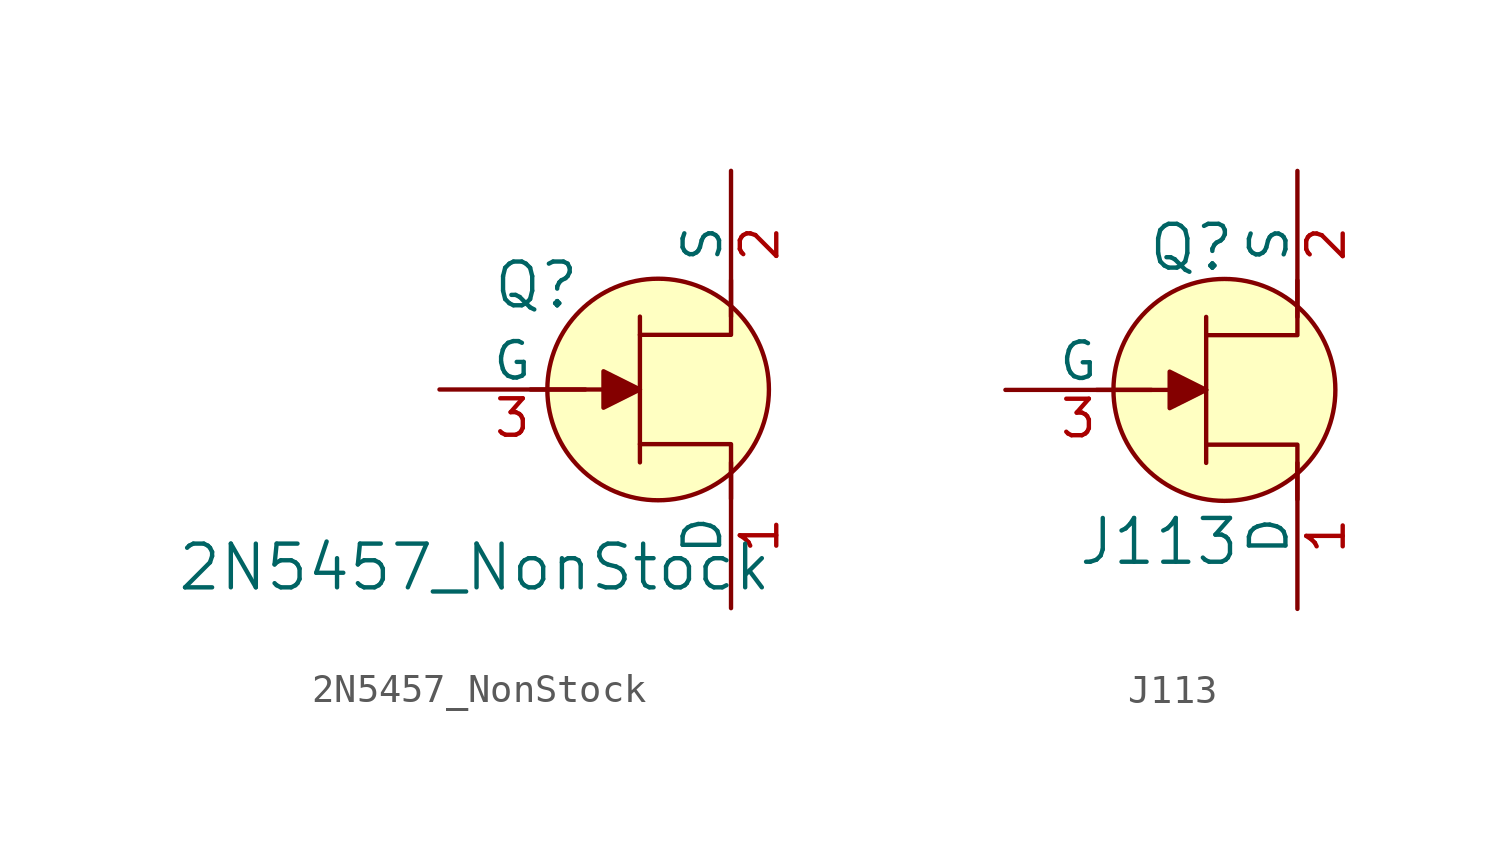
<source format=kicad_sym>
(kicad_symbol_lib
  (version 20211014)
  (generator kicad_symbol_editor)
  (symbol "2N5457_NonStock"
    (pin_names
      (offset 0))
    (property "Reference" "Q"
      (at -2.692 3.632 0)
      (effects (font (size 1.524 1.524)) (justify right)))
    (property "Value" "2N5457_NonStock"
      (at -6.401 -6.198 0)
      (effects (font (size 1.524 1.524))))
    (symbol "2N5457_NonStock_0_1"
      (polyline (pts (xy -0.635 -2.54) (xy -0.635 2.54)) (stroke (width 0) (type default) (color 0 0 0 0)) (fill (type none)))
      (polyline (pts (xy -0.635 0) (xy -4.445 0)) (stroke (width 0) (type default) (color 0 0 0 0)) (fill (type none)))
      (polyline (pts (xy -0.635 -1.905) (xy 2.54 -1.905) (xy 2.54 -3.81)) (stroke (width 0) (type default) (color 0 0 0 0)) (fill (type none)))
      (polyline (pts (xy -0.635 1.905) (xy 2.54 1.905) (xy 2.54 3.81)) (stroke (width 0) (type default) (color 0 0 0 0)) (fill (type none))))
    (symbol "2N5457_NonStock_1_1"
      (polyline (pts (xy -1.905 0.635) (xy -1.905 -0.635) (xy -0.635 0) (xy -1.905 0.635)) (stroke (width 0) (type default) (color 0 0 0 0)) (fill (type outline)))
      (circle (center 0 0) (radius 3.861) (stroke (width 0) (type default) (color 0 0 0 0)) (fill (type background)))
      (pin passive line (at 2.54 -7.62 90) (length 5.08) (name "D" (effects (font (size 1.27 1.27)))) (number "1" (effects (font (size 1.27 1.27)))))
      (pin passive line (at 2.54 7.62 270) (length 5.08) (name "S" (effects (font (size 1.27 1.27)))) (number "2" (effects (font (size 1.27 1.27)))))
      (pin input line (at -7.62 0 0) (length 5.08) (name "G" (effects (font (size 1.27 1.27)))) (number "3" (effects (font (size 1.27 1.27)))))))
  (symbol "J113"
    (pin_names
      (offset 0))
    (property "Reference" "Q"
      (at 0.406 4.953 0)
      (effects (font (size 1.524 1.524)) (justify right)))
    (property "Value" "J113"
      (at 0.584 -5.283 0)
      (effects (font (size 1.524 1.524)) (justify right)))
    (symbol "J113_0_1"
      (polyline (pts (xy -0.635 -2.54) (xy -0.635 2.54)) (stroke (width 0) (type default) (color 0 0 0 0)) (fill (type none)))
      (polyline (pts (xy -0.635 0) (xy -4.445 0)) (stroke (width 0) (type default) (color 0 0 0 0)) (fill (type none)))
      (polyline (pts (xy -0.635 -1.905) (xy 2.54 -1.905) (xy 2.54 -3.81)) (stroke (width 0) (type default) (color 0 0 0 0)) (fill (type none)))
      (polyline (pts (xy -0.635 1.905) (xy 2.54 1.905) (xy 2.54 3.81)) (stroke (width 0) (type default) (color 0 0 0 0)) (fill (type none))))
    (symbol "J113_1_1"
      (polyline (pts (xy -1.905 0.635) (xy -1.905 -0.635) (xy -0.635 0) (xy -1.905 0.635)) (stroke (width 0) (type default) (color 0 0 0 0)) (fill (type outline)))
      (circle (center 0 0) (radius 3.861) (stroke (width 0) (type default) (color 0 0 0 0)) (fill (type background)))
      (pin passive line (at 2.54 -7.62 90) (length 5.08) (name "D" (effects (font (size 1.27 1.27)))) (number "1" (effects (font (size 1.27 1.27)))))
      (pin passive line (at 2.54 7.62 270) (length 5.08) (name "S" (effects (font (size 1.27 1.27)))) (number "2" (effects (font (size 1.27 1.27)))))
      (pin input line (at -7.62 0 0) (length 5.08) (name "G" (effects (font (size 1.27 1.27)))) (number "3" (effects (font (size 1.27 1.27))))))))
</source>
